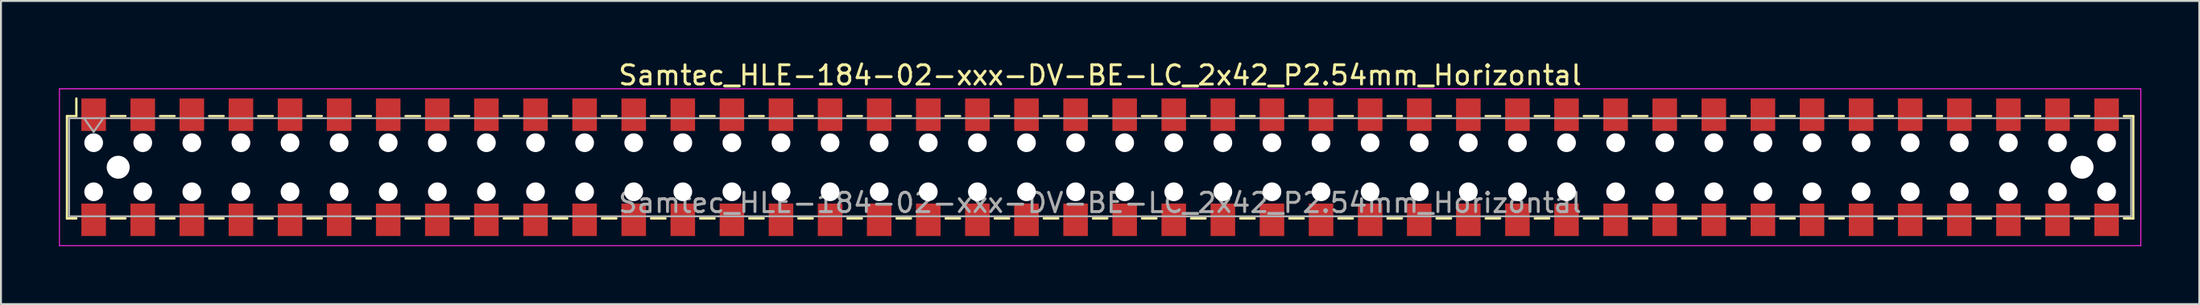
<source format=kicad_pcb>
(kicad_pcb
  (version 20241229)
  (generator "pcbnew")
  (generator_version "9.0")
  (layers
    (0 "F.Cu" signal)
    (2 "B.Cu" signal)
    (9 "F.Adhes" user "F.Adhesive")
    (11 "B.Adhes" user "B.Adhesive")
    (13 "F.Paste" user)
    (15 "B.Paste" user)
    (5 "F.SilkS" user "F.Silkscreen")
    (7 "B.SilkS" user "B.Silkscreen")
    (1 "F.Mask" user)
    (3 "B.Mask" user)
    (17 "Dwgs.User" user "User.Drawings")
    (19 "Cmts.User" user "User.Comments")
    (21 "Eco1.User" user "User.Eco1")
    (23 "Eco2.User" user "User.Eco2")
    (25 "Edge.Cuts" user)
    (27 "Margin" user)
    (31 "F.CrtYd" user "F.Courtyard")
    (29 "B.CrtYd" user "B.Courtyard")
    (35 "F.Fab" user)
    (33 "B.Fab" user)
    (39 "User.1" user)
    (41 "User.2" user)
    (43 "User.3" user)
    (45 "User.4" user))
  (footprint "Samtec_HLE-184-02-xxx-DV-BE-LC_2x42_P2.54mm_Horizontal"
    (layer "F.Cu")
    (at 53.865 5.608)
    (property "Reference" "Samtec_HLE-184-02-xxx-DV-BE-LC_2x42_P2.54mm_Horizontal" (at 0 -4.76 0) (layer "F.SilkS") (effects (font (size 1 1) (thickness 0.15))))
    (attr smd)
    (fp_line (start -53.45 -2.65) (end -53.45 2.65) (stroke (width 0.12) (type solid)) (layer "F.SilkS"))
    (fp_line (start -53.45 2.65) (end -52.965 2.65) (stroke (width 0.12) (type solid)) (layer "F.SilkS"))
    (fp_line (start -52.965 -3.56) (end -52.965 -2.65) (stroke (width 0.12) (type solid)) (layer "F.SilkS"))
    (fp_line (start -52.965 -2.65) (end -53.45 -2.65) (stroke (width 0.12) (type solid)) (layer "F.SilkS"))
    (fp_line (start -51.175 -2.65) (end -50.425 -2.65) (stroke (width 0.12) (type solid)) (layer "F.SilkS"))
    (fp_line (start -51.175 2.65) (end -50.425 2.65) (stroke (width 0.12) (type solid)) (layer "F.SilkS"))
    (fp_line (start -48.635 -2.65) (end -47.885 -2.65) (stroke (width 0.12) (type solid)) (layer "F.SilkS"))
    (fp_line (start -48.635 2.65) (end -47.885 2.65) (stroke (width 0.12) (type solid)) (layer "F.SilkS"))
    (fp_line (start -46.095 -2.65) (end -45.345 -2.65) (stroke (width 0.12) (type solid)) (layer "F.SilkS"))
    (fp_line (start -46.095 2.65) (end -45.345 2.65) (stroke (width 0.12) (type solid)) (layer "F.SilkS"))
    (fp_line (start -43.555 -2.65) (end -42.805 -2.65) (stroke (width 0.12) (type solid)) (layer "F.SilkS"))
    (fp_line (start -43.555 2.65) (end -42.805 2.65) (stroke (width 0.12) (type solid)) (layer "F.SilkS"))
    (fp_line (start -41.015 -2.65) (end -40.265 -2.65) (stroke (width 0.12) (type solid)) (layer "F.SilkS"))
    (fp_line (start -41.015 2.65) (end -40.265 2.65) (stroke (width 0.12) (type solid)) (layer "F.SilkS"))
    (fp_line (start -38.475 -2.65) (end -37.725 -2.65) (stroke (width 0.12) (type solid)) (layer "F.SilkS"))
    (fp_line (start -38.475 2.65) (end -37.725 2.65) (stroke (width 0.12) (type solid)) (layer "F.SilkS"))
    (fp_line (start -35.935 -2.65) (end -35.185 -2.65) (stroke (width 0.12) (type solid)) (layer "F.SilkS"))
    (fp_line (start -35.935 2.65) (end -35.185 2.65) (stroke (width 0.12) (type solid)) (layer "F.SilkS"))
    (fp_line (start -33.395 -2.65) (end -32.645 -2.65) (stroke (width 0.12) (type solid)) (layer "F.SilkS"))
    (fp_line (start -33.395 2.65) (end -32.645 2.65) (stroke (width 0.12) (type solid)) (layer "F.SilkS"))
    (fp_line (start -30.855 -2.65) (end -30.105 -2.65) (stroke (width 0.12) (type solid)) (layer "F.SilkS"))
    (fp_line (start -30.855 2.65) (end -30.105 2.65) (stroke (width 0.12) (type solid)) (layer "F.SilkS"))
    (fp_line (start -28.315 -2.65) (end -27.565 -2.65) (stroke (width 0.12) (type solid)) (layer "F.SilkS"))
    (fp_line (start -28.315 2.65) (end -27.565 2.65) (stroke (width 0.12) (type solid)) (layer "F.SilkS"))
    (fp_line (start -25.775 -2.65) (end -25.025 -2.65) (stroke (width 0.12) (type solid)) (layer "F.SilkS"))
    (fp_line (start -25.775 2.65) (end -25.025 2.65) (stroke (width 0.12) (type solid)) (layer "F.SilkS"))
    (fp_line (start -23.235 -2.65) (end -22.485 -2.65) (stroke (width 0.12) (type solid)) (layer "F.SilkS"))
    (fp_line (start -23.235 2.65) (end -22.485 2.65) (stroke (width 0.12) (type solid)) (layer "F.SilkS"))
    (fp_line (start -20.695 -2.65) (end -19.945 -2.65) (stroke (width 0.12) (type solid)) (layer "F.SilkS"))
    (fp_line (start -20.695 2.65) (end -19.945 2.65) (stroke (width 0.12) (type solid)) (layer "F.SilkS"))
    (fp_line (start -18.155 -2.65) (end -17.405 -2.65) (stroke (width 0.12) (type solid)) (layer "F.SilkS"))
    (fp_line (start -18.155 2.65) (end -17.405 2.65) (stroke (width 0.12) (type solid)) (layer "F.SilkS"))
    (fp_line (start -15.615 -2.65) (end -14.865 -2.65) (stroke (width 0.12) (type solid)) (layer "F.SilkS"))
    (fp_line (start -15.615 2.65) (end -14.865 2.65) (stroke (width 0.12) (type solid)) (layer "F.SilkS"))
    (fp_line (start -13.075 -2.65) (end -12.325 -2.65) (stroke (width 0.12) (type solid)) (layer "F.SilkS"))
    (fp_line (start -13.075 2.65) (end -12.325 2.65) (stroke (width 0.12) (type solid)) (layer "F.SilkS"))
    (fp_line (start -10.535 -2.65) (end -9.785 -2.65) (stroke (width 0.12) (type solid)) (layer "F.SilkS"))
    (fp_line (start -10.535 2.65) (end -9.785 2.65) (stroke (width 0.12) (type solid)) (layer "F.SilkS"))
    (fp_line (start -7.995 -2.65) (end -7.245 -2.65) (stroke (width 0.12) (type solid)) (layer "F.SilkS"))
    (fp_line (start -7.995 2.65) (end -7.245 2.65) (stroke (width 0.12) (type solid)) (layer "F.SilkS"))
    (fp_line (start -5.455 -2.65) (end -4.705 -2.65) (stroke (width 0.12) (type solid)) (layer "F.SilkS"))
    (fp_line (start -5.455 2.65) (end -4.705 2.65) (stroke (width 0.12) (type solid)) (layer "F.SilkS"))
    (fp_line (start -2.915 -2.65) (end -2.165 -2.65) (stroke (width 0.12) (type solid)) (layer "F.SilkS"))
    (fp_line (start -2.915 2.65) (end -2.165 2.65) (stroke (width 0.12) (type solid)) (layer "F.SilkS"))
    (fp_line (start -0.375 -2.65) (end 0.375 -2.65) (stroke (width 0.12) (type solid)) (layer "F.SilkS"))
    (fp_line (start -0.375 2.65) (end 0.375 2.65) (stroke (width 0.12) (type solid)) (layer "F.SilkS"))
    (fp_line (start 2.165 -2.65) (end 2.915 -2.65) (stroke (width 0.12) (type solid)) (layer "F.SilkS"))
    (fp_line (start 2.165 2.65) (end 2.915 2.65) (stroke (width 0.12) (type solid)) (layer "F.SilkS"))
    (fp_line (start 4.705 -2.65) (end 5.455 -2.65) (stroke (width 0.12) (type solid)) (layer "F.SilkS"))
    (fp_line (start 4.705 2.65) (end 5.455 2.65) (stroke (width 0.12) (type solid)) (layer "F.SilkS"))
    (fp_line (start 7.245 -2.65) (end 7.995 -2.65) (stroke (width 0.12) (type solid)) (layer "F.SilkS"))
    (fp_line (start 7.245 2.65) (end 7.995 2.65) (stroke (width 0.12) (type solid)) (layer "F.SilkS"))
    (fp_line (start 9.785 -2.65) (end 10.535 -2.65) (stroke (width 0.12) (type solid)) (layer "F.SilkS"))
    (fp_line (start 9.785 2.65) (end 10.535 2.65) (stroke (width 0.12) (type solid)) (layer "F.SilkS"))
    (fp_line (start 12.325 -2.65) (end 13.075 -2.65) (stroke (width 0.12) (type solid)) (layer "F.SilkS"))
    (fp_line (start 12.325 2.65) (end 13.075 2.65) (stroke (width 0.12) (type solid)) (layer "F.SilkS"))
    (fp_line (start 14.865 -2.65) (end 15.615 -2.65) (stroke (width 0.12) (type solid)) (layer "F.SilkS"))
    (fp_line (start 14.865 2.65) (end 15.615 2.65) (stroke (width 0.12) (type solid)) (layer "F.SilkS"))
    (fp_line (start 17.405 -2.65) (end 18.155 -2.65) (stroke (width 0.12) (type solid)) (layer "F.SilkS"))
    (fp_line (start 17.405 2.65) (end 18.155 2.65) (stroke (width 0.12) (type solid)) (layer "F.SilkS"))
    (fp_line (start 19.945 -2.65) (end 20.695 -2.65) (stroke (width 0.12) (type solid)) (layer "F.SilkS"))
    (fp_line (start 19.945 2.65) (end 20.695 2.65) (stroke (width 0.12) (type solid)) (layer "F.SilkS"))
    (fp_line (start 22.485 -2.65) (end 23.235 -2.65) (stroke (width 0.12) (type solid)) (layer "F.SilkS"))
    (fp_line (start 22.485 2.65) (end 23.235 2.65) (stroke (width 0.12) (type solid)) (layer "F.SilkS"))
    (fp_line (start 25.025 -2.65) (end 25.775 -2.65) (stroke (width 0.12) (type solid)) (layer "F.SilkS"))
    (fp_line (start 25.025 2.65) (end 25.775 2.65) (stroke (width 0.12) (type solid)) (layer "F.SilkS"))
    (fp_line (start 27.565 -2.65) (end 28.315 -2.65) (stroke (width 0.12) (type solid)) (layer "F.SilkS"))
    (fp_line (start 27.565 2.65) (end 28.315 2.65) (stroke (width 0.12) (type solid)) (layer "F.SilkS"))
    (fp_line (start 30.105 -2.65) (end 30.855 -2.65) (stroke (width 0.12) (type solid)) (layer "F.SilkS"))
    (fp_line (start 30.105 2.65) (end 30.855 2.65) (stroke (width 0.12) (type solid)) (layer "F.SilkS"))
    (fp_line (start 32.645 -2.65) (end 33.395 -2.65) (stroke (width 0.12) (type solid)) (layer "F.SilkS"))
    (fp_line (start 32.645 2.65) (end 33.395 2.65) (stroke (width 0.12) (type solid)) (layer "F.SilkS"))
    (fp_line (start 35.185 -2.65) (end 35.935 -2.65) (stroke (width 0.12) (type solid)) (layer "F.SilkS"))
    (fp_line (start 35.185 2.65) (end 35.935 2.65) (stroke (width 0.12) (type solid)) (layer "F.SilkS"))
    (fp_line (start 37.725 -2.65) (end 38.475 -2.65) (stroke (width 0.12) (type solid)) (layer "F.SilkS"))
    (fp_line (start 37.725 2.65) (end 38.475 2.65) (stroke (width 0.12) (type solid)) (layer "F.SilkS"))
    (fp_line (start 40.265 -2.65) (end 41.015 -2.65) (stroke (width 0.12) (type solid)) (layer "F.SilkS"))
    (fp_line (start 40.265 2.65) (end 41.015 2.65) (stroke (width 0.12) (type solid)) (layer "F.SilkS"))
    (fp_line (start 42.805 -2.65) (end 43.555 -2.65) (stroke (width 0.12) (type solid)) (layer "F.SilkS"))
    (fp_line (start 42.805 2.65) (end 43.555 2.65) (stroke (width 0.12) (type solid)) (layer "F.SilkS"))
    (fp_line (start 45.345 -2.65) (end 46.095 -2.65) (stroke (width 0.12) (type solid)) (layer "F.SilkS"))
    (fp_line (start 45.345 2.65) (end 46.095 2.65) (stroke (width 0.12) (type solid)) (layer "F.SilkS"))
    (fp_line (start 47.885 -2.65) (end 48.635 -2.65) (stroke (width 0.12) (type solid)) (layer "F.SilkS"))
    (fp_line (start 47.885 2.65) (end 48.635 2.65) (stroke (width 0.12) (type solid)) (layer "F.SilkS"))
    (fp_line (start 50.425 -2.65) (end 51.175 -2.65) (stroke (width 0.12) (type solid)) (layer "F.SilkS"))
    (fp_line (start 50.425 2.65) (end 51.175 2.65) (stroke (width 0.12) (type solid)) (layer "F.SilkS"))
    (fp_line (start 52.965 -2.65) (end 53.45 -2.65) (stroke (width 0.12) (type solid)) (layer "F.SilkS"))
    (fp_line (start 53.45 -2.65) (end 53.45 2.65) (stroke (width 0.12) (type solid)) (layer "F.SilkS"))
    (fp_line (start 53.45 2.65) (end 52.965 2.65) (stroke (width 0.12) (type solid)) (layer "F.SilkS"))
    (fp_line (start -53.84 -4.06) (end 53.84 -4.06) (stroke (width 0.05) (type solid)) (layer "F.CrtYd"))
    (fp_line (start -53.84 4.06) (end -53.84 -4.06) (stroke (width 0.05) (type solid)) (layer "F.CrtYd"))
    (fp_line (start 53.84 -4.06) (end 53.84 4.06) (stroke (width 0.05) (type solid)) (layer "F.CrtYd"))
    (fp_line (start 53.84 4.06) (end -53.84 4.06) (stroke (width 0.05) (type solid)) (layer "F.CrtYd"))
    (fp_line (start -53.34 -2.54) (end 53.34 -2.54) (stroke (width 0.1) (type solid)) (layer "F.Fab"))
    (fp_line (start -53.34 2.54) (end -53.34 -2.54) (stroke (width 0.1) (type solid)) (layer "F.Fab"))
    (fp_line (start -52.57 -2.54) (end -52.07 -1.833) (stroke (width 0.1) (type solid)) (layer "F.Fab"))
    (fp_line (start -52.07 -1.833) (end -51.57 -2.54) (stroke (width 0.1) (type solid)) (layer "F.Fab"))
    (fp_line (start 53.34 -2.54) (end 53.34 2.54) (stroke (width 0.1) (type solid)) (layer "F.Fab"))
    (fp_line (start 53.34 2.54) (end -53.34 2.54) (stroke (width 0.1) (type solid)) (layer "F.Fab"))
    (fp_text user "${REFERENCE}" (at 0 1.84 0) (layer "F.Fab") (effects (font (size 1 1) (thickness 0.15))))
    (pad "" np_thru_hole circle (at -52.07 -1.27) (size 0.97 0.97) (drill 0.97) (layers "*.Cu" "*.Mask"))
    (pad "" np_thru_hole circle (at -52.07 1.27) (size 0.97 0.97) (drill 0.97) (layers "*.Cu" "*.Mask"))
    (pad "" np_thru_hole circle (at -50.8 0) (size 1.19 1.19) (drill 1.19) (layers "*.Cu" "*.Mask"))
    (pad "" np_thru_hole circle (at -49.53 -1.27) (size 0.97 0.97) (drill 0.97) (layers "*.Cu" "*.Mask"))
    (pad "" np_thru_hole circle (at -49.53 1.27) (size 0.97 0.97) (drill 0.97) (layers "*.Cu" "*.Mask"))
    (pad "" np_thru_hole circle (at -46.99 -1.27) (size 0.97 0.97) (drill 0.97) (layers "*.Cu" "*.Mask"))
    (pad "" np_thru_hole circle (at -46.99 1.27) (size 0.97 0.97) (drill 0.97) (layers "*.Cu" "*.Mask"))
    (pad "" np_thru_hole circle (at -44.45 -1.27) (size 0.97 0.97) (drill 0.97) (layers "*.Cu" "*.Mask"))
    (pad "" np_thru_hole circle (at -44.45 1.27) (size 0.97 0.97) (drill 0.97) (layers "*.Cu" "*.Mask"))
    (pad "" np_thru_hole circle (at -41.91 -1.27) (size 0.97 0.97) (drill 0.97) (layers "*.Cu" "*.Mask"))
    (pad "" np_thru_hole circle (at -41.91 1.27) (size 0.97 0.97) (drill 0.97) (layers "*.Cu" "*.Mask"))
    (pad "" np_thru_hole circle (at -39.37 -1.27) (size 0.97 0.97) (drill 0.97) (layers "*.Cu" "*.Mask"))
    (pad "" np_thru_hole circle (at -39.37 1.27) (size 0.97 0.97) (drill 0.97) (layers "*.Cu" "*.Mask"))
    (pad "" np_thru_hole circle (at -36.83 -1.27) (size 0.97 0.97) (drill 0.97) (layers "*.Cu" "*.Mask"))
    (pad "" np_thru_hole circle (at -36.83 1.27) (size 0.97 0.97) (drill 0.97) (layers "*.Cu" "*.Mask"))
    (pad "" np_thru_hole circle (at -34.29 -1.27) (size 0.97 0.97) (drill 0.97) (layers "*.Cu" "*.Mask"))
    (pad "" np_thru_hole circle (at -34.29 1.27) (size 0.97 0.97) (drill 0.97) (layers "*.Cu" "*.Mask"))
    (pad "" np_thru_hole circle (at -31.75 -1.27) (size 0.97 0.97) (drill 0.97) (layers "*.Cu" "*.Mask"))
    (pad "" np_thru_hole circle (at -31.75 1.27) (size 0.97 0.97) (drill 0.97) (layers "*.Cu" "*.Mask"))
    (pad "" np_thru_hole circle (at -29.21 -1.27) (size 0.97 0.97) (drill 0.97) (layers "*.Cu" "*.Mask"))
    (pad "" np_thru_hole circle (at -29.21 1.27) (size 0.97 0.97) (drill 0.97) (layers "*.Cu" "*.Mask"))
    (pad "" np_thru_hole circle (at -26.67 -1.27) (size 0.97 0.97) (drill 0.97) (layers "*.Cu" "*.Mask"))
    (pad "" np_thru_hole circle (at -26.67 1.27) (size 0.97 0.97) (drill 0.97) (layers "*.Cu" "*.Mask"))
    (pad "" np_thru_hole circle (at -24.13 -1.27) (size 0.97 0.97) (drill 0.97) (layers "*.Cu" "*.Mask"))
    (pad "" np_thru_hole circle (at -24.13 1.27) (size 0.97 0.97) (drill 0.97) (layers "*.Cu" "*.Mask"))
    (pad "" np_thru_hole circle (at -21.59 -1.27) (size 0.97 0.97) (drill 0.97) (layers "*.Cu" "*.Mask"))
    (pad "" np_thru_hole circle (at -21.59 1.27) (size 0.97 0.97) (drill 0.97) (layers "*.Cu" "*.Mask"))
    (pad "" np_thru_hole circle (at -19.05 -1.27) (size 0.97 0.97) (drill 0.97) (layers "*.Cu" "*.Mask"))
    (pad "" np_thru_hole circle (at -19.05 1.27) (size 0.97 0.97) (drill 0.97) (layers "*.Cu" "*.Mask"))
    (pad "" np_thru_hole circle (at -16.51 -1.27) (size 0.97 0.97) (drill 0.97) (layers "*.Cu" "*.Mask"))
    (pad "" np_thru_hole circle (at -16.51 1.27) (size 0.97 0.97) (drill 0.97) (layers "*.Cu" "*.Mask"))
    (pad "" np_thru_hole circle (at -13.97 -1.27) (size 0.97 0.97) (drill 0.97) (layers "*.Cu" "*.Mask"))
    (pad "" np_thru_hole circle (at -13.97 1.27) (size 0.97 0.97) (drill 0.97) (layers "*.Cu" "*.Mask"))
    (pad "" np_thru_hole circle (at -11.43 -1.27) (size 0.97 0.97) (drill 0.97) (layers "*.Cu" "*.Mask"))
    (pad "" np_thru_hole circle (at -11.43 1.27) (size 0.97 0.97) (drill 0.97) (layers "*.Cu" "*.Mask"))
    (pad "" np_thru_hole circle (at -8.89 -1.27) (size 0.97 0.97) (drill 0.97) (layers "*.Cu" "*.Mask"))
    (pad "" np_thru_hole circle (at -8.89 1.27) (size 0.97 0.97) (drill 0.97) (layers "*.Cu" "*.Mask"))
    (pad "" np_thru_hole circle (at -6.35 -1.27) (size 0.97 0.97) (drill 0.97) (layers "*.Cu" "*.Mask"))
    (pad "" np_thru_hole circle (at -6.35 1.27) (size 0.97 0.97) (drill 0.97) (layers "*.Cu" "*.Mask"))
    (pad "" np_thru_hole circle (at -3.81 -1.27) (size 0.97 0.97) (drill 0.97) (layers "*.Cu" "*.Mask"))
    (pad "" np_thru_hole circle (at -3.81 1.27) (size 0.97 0.97) (drill 0.97) (layers "*.Cu" "*.Mask"))
    (pad "" np_thru_hole circle (at -1.27 -1.27) (size 0.97 0.97) (drill 0.97) (layers "*.Cu" "*.Mask"))
    (pad "" np_thru_hole circle (at -1.27 1.27) (size 0.97 0.97) (drill 0.97) (layers "*.Cu" "*.Mask"))
    (pad "" np_thru_hole circle (at 1.27 -1.27) (size 0.97 0.97) (drill 0.97) (layers "*.Cu" "*.Mask"))
    (pad "" np_thru_hole circle (at 1.27 1.27) (size 0.97 0.97) (drill 0.97) (layers "*.Cu" "*.Mask"))
    (pad "" np_thru_hole circle (at 3.81 -1.27) (size 0.97 0.97) (drill 0.97) (layers "*.Cu" "*.Mask"))
    (pad "" np_thru_hole circle (at 3.81 1.27) (size 0.97 0.97) (drill 0.97) (layers "*.Cu" "*.Mask"))
    (pad "" np_thru_hole circle (at 6.35 -1.27) (size 0.97 0.97) (drill 0.97) (layers "*.Cu" "*.Mask"))
    (pad "" np_thru_hole circle (at 6.35 1.27) (size 0.97 0.97) (drill 0.97) (layers "*.Cu" "*.Mask"))
    (pad "" np_thru_hole circle (at 8.89 -1.27) (size 0.97 0.97) (drill 0.97) (layers "*.Cu" "*.Mask"))
    (pad "" np_thru_hole circle (at 8.89 1.27) (size 0.97 0.97) (drill 0.97) (layers "*.Cu" "*.Mask"))
    (pad "" np_thru_hole circle (at 11.43 -1.27) (size 0.97 0.97) (drill 0.97) (layers "*.Cu" "*.Mask"))
    (pad "" np_thru_hole circle (at 11.43 1.27) (size 0.97 0.97) (drill 0.97) (layers "*.Cu" "*.Mask"))
    (pad "" np_thru_hole circle (at 13.97 -1.27) (size 0.97 0.97) (drill 0.97) (layers "*.Cu" "*.Mask"))
    (pad "" np_thru_hole circle (at 13.97 1.27) (size 0.97 0.97) (drill 0.97) (layers "*.Cu" "*.Mask"))
    (pad "" np_thru_hole circle (at 16.51 -1.27) (size 0.97 0.97) (drill 0.97) (layers "*.Cu" "*.Mask"))
    (pad "" np_thru_hole circle (at 16.51 1.27) (size 0.97 0.97) (drill 0.97) (layers "*.Cu" "*.Mask"))
    (pad "" np_thru_hole circle (at 19.05 -1.27) (size 0.97 0.97) (drill 0.97) (layers "*.Cu" "*.Mask"))
    (pad "" np_thru_hole circle (at 19.05 1.27) (size 0.97 0.97) (drill 0.97) (layers "*.Cu" "*.Mask"))
    (pad "" np_thru_hole circle (at 21.59 -1.27) (size 0.97 0.97) (drill 0.97) (layers "*.Cu" "*.Mask"))
    (pad "" np_thru_hole circle (at 21.59 1.27) (size 0.97 0.97) (drill 0.97) (layers "*.Cu" "*.Mask"))
    (pad "" np_thru_hole circle (at 24.13 -1.27) (size 0.97 0.97) (drill 0.97) (layers "*.Cu" "*.Mask"))
    (pad "" np_thru_hole circle (at 24.13 1.27) (size 0.97 0.97) (drill 0.97) (layers "*.Cu" "*.Mask"))
    (pad "" np_thru_hole circle (at 26.67 -1.27) (size 0.97 0.97) (drill 0.97) (layers "*.Cu" "*.Mask"))
    (pad "" np_thru_hole circle (at 26.67 1.27) (size 0.97 0.97) (drill 0.97) (layers "*.Cu" "*.Mask"))
    (pad "" np_thru_hole circle (at 29.21 -1.27) (size 0.97 0.97) (drill 0.97) (layers "*.Cu" "*.Mask"))
    (pad "" np_thru_hole circle (at 29.21 1.27) (size 0.97 0.97) (drill 0.97) (layers "*.Cu" "*.Mask"))
    (pad "" np_thru_hole circle (at 31.75 -1.27) (size 0.97 0.97) (drill 0.97) (layers "*.Cu" "*.Mask"))
    (pad "" np_thru_hole circle (at 31.75 1.27) (size 0.97 0.97) (drill 0.97) (layers "*.Cu" "*.Mask"))
    (pad "" np_thru_hole circle (at 34.29 -1.27) (size 0.97 0.97) (drill 0.97) (layers "*.Cu" "*.Mask"))
    (pad "" np_thru_hole circle (at 34.29 1.27) (size 0.97 0.97) (drill 0.97) (layers "*.Cu" "*.Mask"))
    (pad "" np_thru_hole circle (at 36.83 -1.27) (size 0.97 0.97) (drill 0.97) (layers "*.Cu" "*.Mask"))
    (pad "" np_thru_hole circle (at 36.83 1.27) (size 0.97 0.97) (drill 0.97) (layers "*.Cu" "*.Mask"))
    (pad "" np_thru_hole circle (at 39.37 -1.27) (size 0.97 0.97) (drill 0.97) (layers "*.Cu" "*.Mask"))
    (pad "" np_thru_hole circle (at 39.37 1.27) (size 0.97 0.97) (drill 0.97) (layers "*.Cu" "*.Mask"))
    (pad "" np_thru_hole circle (at 41.91 -1.27) (size 0.97 0.97) (drill 0.97) (layers "*.Cu" "*.Mask"))
    (pad "" np_thru_hole circle (at 41.91 1.27) (size 0.97 0.97) (drill 0.97) (layers "*.Cu" "*.Mask"))
    (pad "" np_thru_hole circle (at 44.45 -1.27) (size 0.97 0.97) (drill 0.97) (layers "*.Cu" "*.Mask"))
    (pad "" np_thru_hole circle (at 44.45 1.27) (size 0.97 0.97) (drill 0.97) (layers "*.Cu" "*.Mask"))
    (pad "" np_thru_hole circle (at 46.99 -1.27) (size 0.97 0.97) (drill 0.97) (layers "*.Cu" "*.Mask"))
    (pad "" np_thru_hole circle (at 46.99 1.27) (size 0.97 0.97) (drill 0.97) (layers "*.Cu" "*.Mask"))
    (pad "" np_thru_hole circle (at 49.53 -1.27) (size 0.97 0.97) (drill 0.97) (layers "*.Cu" "*.Mask"))
    (pad "" np_thru_hole circle (at 49.53 1.27) (size 0.97 0.97) (drill 0.97) (layers "*.Cu" "*.Mask"))
    (pad "" np_thru_hole circle (at 50.8 0) (size 1.19 1.19) (drill 1.19) (layers "*.Cu" "*.Mask"))
    (pad "" np_thru_hole circle (at 52.07 -1.27) (size 0.97 0.97) (drill 0.97) (layers "*.Cu" "*.Mask"))
    (pad "" np_thru_hole circle (at 52.07 1.27) (size 0.97 0.97) (drill 0.97) (layers "*.Cu" "*.Mask"))
    (pad "1" smd rect (at -52.07 -2.72) (size 1.27 1.68) (layers "F.Cu" "F.Mask" "F.Paste"))
    (pad "2" smd rect (at -52.07 2.72) (size 1.27 1.68) (layers "F.Cu" "F.Mask" "F.Paste"))
    (pad "3" smd rect (at -49.53 -2.72) (size 1.27 1.68) (layers "F.Cu" "F.Mask" "F.Paste"))
    (pad "4" smd rect (at -49.53 2.72) (size 1.27 1.68) (layers "F.Cu" "F.Mask" "F.Paste"))
    (pad "5" smd rect (at -46.99 -2.72) (size 1.27 1.68) (layers "F.Cu" "F.Mask" "F.Paste"))
    (pad "6" smd rect (at -46.99 2.72) (size 1.27 1.68) (layers "F.Cu" "F.Mask" "F.Paste"))
    (pad "7" smd rect (at -44.45 -2.72) (size 1.27 1.68) (layers "F.Cu" "F.Mask" "F.Paste"))
    (pad "8" smd rect (at -44.45 2.72) (size 1.27 1.68) (layers "F.Cu" "F.Mask" "F.Paste"))
    (pad "9" smd rect (at -41.91 -2.72) (size 1.27 1.68) (layers "F.Cu" "F.Mask" "F.Paste"))
    (pad "10" smd rect (at -41.91 2.72) (size 1.27 1.68) (layers "F.Cu" "F.Mask" "F.Paste"))
    (pad "11" smd rect (at -39.37 -2.72) (size 1.27 1.68) (layers "F.Cu" "F.Mask" "F.Paste"))
    (pad "12" smd rect (at -39.37 2.72) (size 1.27 1.68) (layers "F.Cu" "F.Mask" "F.Paste"))
    (pad "13" smd rect (at -36.83 -2.72) (size 1.27 1.68) (layers "F.Cu" "F.Mask" "F.Paste"))
    (pad "14" smd rect (at -36.83 2.72) (size 1.27 1.68) (layers "F.Cu" "F.Mask" "F.Paste"))
    (pad "15" smd rect (at -34.29 -2.72) (size 1.27 1.68) (layers "F.Cu" "F.Mask" "F.Paste"))
    (pad "16" smd rect (at -34.29 2.72) (size 1.27 1.68) (layers "F.Cu" "F.Mask" "F.Paste"))
    (pad "17" smd rect (at -31.75 -2.72) (size 1.27 1.68) (layers "F.Cu" "F.Mask" "F.Paste"))
    (pad "18" smd rect (at -31.75 2.72) (size 1.27 1.68) (layers "F.Cu" "F.Mask" "F.Paste"))
    (pad "19" smd rect (at -29.21 -2.72) (size 1.27 1.68) (layers "F.Cu" "F.Mask" "F.Paste"))
    (pad "20" smd rect (at -29.21 2.72) (size 1.27 1.68) (layers "F.Cu" "F.Mask" "F.Paste"))
    (pad "21" smd rect (at -26.67 -2.72) (size 1.27 1.68) (layers "F.Cu" "F.Mask" "F.Paste"))
    (pad "22" smd rect (at -26.67 2.72) (size 1.27 1.68) (layers "F.Cu" "F.Mask" "F.Paste"))
    (pad "23" smd rect (at -24.13 -2.72) (size 1.27 1.68) (layers "F.Cu" "F.Mask" "F.Paste"))
    (pad "24" smd rect (at -24.13 2.72) (size 1.27 1.68) (layers "F.Cu" "F.Mask" "F.Paste"))
    (pad "25" smd rect (at -21.59 -2.72) (size 1.27 1.68) (layers "F.Cu" "F.Mask" "F.Paste"))
    (pad "26" smd rect (at -21.59 2.72) (size 1.27 1.68) (layers "F.Cu" "F.Mask" "F.Paste"))
    (pad "27" smd rect (at -19.05 -2.72) (size 1.27 1.68) (layers "F.Cu" "F.Mask" "F.Paste"))
    (pad "28" smd rect (at -19.05 2.72) (size 1.27 1.68) (layers "F.Cu" "F.Mask" "F.Paste"))
    (pad "29" smd rect (at -16.51 -2.72) (size 1.27 1.68) (layers "F.Cu" "F.Mask" "F.Paste"))
    (pad "30" smd rect (at -16.51 2.72) (size 1.27 1.68) (layers "F.Cu" "F.Mask" "F.Paste"))
    (pad "31" smd rect (at -13.97 -2.72) (size 1.27 1.68) (layers "F.Cu" "F.Mask" "F.Paste"))
    (pad "32" smd rect (at -13.97 2.72) (size 1.27 1.68) (layers "F.Cu" "F.Mask" "F.Paste"))
    (pad "33" smd rect (at -11.43 -2.72) (size 1.27 1.68) (layers "F.Cu" "F.Mask" "F.Paste"))
    (pad "34" smd rect (at -11.43 2.72) (size 1.27 1.68) (layers "F.Cu" "F.Mask" "F.Paste"))
    (pad "35" smd rect (at -8.89 -2.72) (size 1.27 1.68) (layers "F.Cu" "F.Mask" "F.Paste"))
    (pad "36" smd rect (at -8.89 2.72) (size 1.27 1.68) (layers "F.Cu" "F.Mask" "F.Paste"))
    (pad "37" smd rect (at -6.35 -2.72) (size 1.27 1.68) (layers "F.Cu" "F.Mask" "F.Paste"))
    (pad "38" smd rect (at -6.35 2.72) (size 1.27 1.68) (layers "F.Cu" "F.Mask" "F.Paste"))
    (pad "39" smd rect (at -3.81 -2.72) (size 1.27 1.68) (layers "F.Cu" "F.Mask" "F.Paste"))
    (pad "40" smd rect (at -3.81 2.72) (size 1.27 1.68) (layers "F.Cu" "F.Mask" "F.Paste"))
    (pad "41" smd rect (at -1.27 -2.72) (size 1.27 1.68) (layers "F.Cu" "F.Mask" "F.Paste"))
    (pad "42" smd rect (at -1.27 2.72) (size 1.27 1.68) (layers "F.Cu" "F.Mask" "F.Paste"))
    (pad "43" smd rect (at 1.27 -2.72) (size 1.27 1.68) (layers "F.Cu" "F.Mask" "F.Paste"))
    (pad "44" smd rect (at 1.27 2.72) (size 1.27 1.68) (layers "F.Cu" "F.Mask" "F.Paste"))
    (pad "45" smd rect (at 3.81 -2.72) (size 1.27 1.68) (layers "F.Cu" "F.Mask" "F.Paste"))
    (pad "46" smd rect (at 3.81 2.72) (size 1.27 1.68) (layers "F.Cu" "F.Mask" "F.Paste"))
    (pad "47" smd rect (at 6.35 -2.72) (size 1.27 1.68) (layers "F.Cu" "F.Mask" "F.Paste"))
    (pad "48" smd rect (at 6.35 2.72) (size 1.27 1.68) (layers "F.Cu" "F.Mask" "F.Paste"))
    (pad "49" smd rect (at 8.89 -2.72) (size 1.27 1.68) (layers "F.Cu" "F.Mask" "F.Paste"))
    (pad "50" smd rect (at 8.89 2.72) (size 1.27 1.68) (layers "F.Cu" "F.Mask" "F.Paste"))
    (pad "51" smd rect (at 11.43 -2.72) (size 1.27 1.68) (layers "F.Cu" "F.Mask" "F.Paste"))
    (pad "52" smd rect (at 11.43 2.72) (size 1.27 1.68) (layers "F.Cu" "F.Mask" "F.Paste"))
    (pad "53" smd rect (at 13.97 -2.72) (size 1.27 1.68) (layers "F.Cu" "F.Mask" "F.Paste"))
    (pad "54" smd rect (at 13.97 2.72) (size 1.27 1.68) (layers "F.Cu" "F.Mask" "F.Paste"))
    (pad "55" smd rect (at 16.51 -2.72) (size 1.27 1.68) (layers "F.Cu" "F.Mask" "F.Paste"))
    (pad "56" smd rect (at 16.51 2.72) (size 1.27 1.68) (layers "F.Cu" "F.Mask" "F.Paste"))
    (pad "57" smd rect (at 19.05 -2.72) (size 1.27 1.68) (layers "F.Cu" "F.Mask" "F.Paste"))
    (pad "58" smd rect (at 19.05 2.72) (size 1.27 1.68) (layers "F.Cu" "F.Mask" "F.Paste"))
    (pad "59" smd rect (at 21.59 -2.72) (size 1.27 1.68) (layers "F.Cu" "F.Mask" "F.Paste"))
    (pad "60" smd rect (at 21.59 2.72) (size 1.27 1.68) (layers "F.Cu" "F.Mask" "F.Paste"))
    (pad "61" smd rect (at 24.13 -2.72) (size 1.27 1.68) (layers "F.Cu" "F.Mask" "F.Paste"))
    (pad "62" smd rect (at 24.13 2.72) (size 1.27 1.68) (layers "F.Cu" "F.Mask" "F.Paste"))
    (pad "63" smd rect (at 26.67 -2.72) (size 1.27 1.68) (layers "F.Cu" "F.Mask" "F.Paste"))
    (pad "64" smd rect (at 26.67 2.72) (size 1.27 1.68) (layers "F.Cu" "F.Mask" "F.Paste"))
    (pad "65" smd rect (at 29.21 -2.72) (size 1.27 1.68) (layers "F.Cu" "F.Mask" "F.Paste"))
    (pad "66" smd rect (at 29.21 2.72) (size 1.27 1.68) (layers "F.Cu" "F.Mask" "F.Paste"))
    (pad "67" smd rect (at 31.75 -2.72) (size 1.27 1.68) (layers "F.Cu" "F.Mask" "F.Paste"))
    (pad "68" smd rect (at 31.75 2.72) (size 1.27 1.68) (layers "F.Cu" "F.Mask" "F.Paste"))
    (pad "69" smd rect (at 34.29 -2.72) (size 1.27 1.68) (layers "F.Cu" "F.Mask" "F.Paste"))
    (pad "70" smd rect (at 34.29 2.72) (size 1.27 1.68) (layers "F.Cu" "F.Mask" "F.Paste"))
    (pad "71" smd rect (at 36.83 -2.72) (size 1.27 1.68) (layers "F.Cu" "F.Mask" "F.Paste"))
    (pad "72" smd rect (at 36.83 2.72) (size 1.27 1.68) (layers "F.Cu" "F.Mask" "F.Paste"))
    (pad "73" smd rect (at 39.37 -2.72) (size 1.27 1.68) (layers "F.Cu" "F.Mask" "F.Paste"))
    (pad "74" smd rect (at 39.37 2.72) (size 1.27 1.68) (layers "F.Cu" "F.Mask" "F.Paste"))
    (pad "75" smd rect (at 41.91 -2.72) (size 1.27 1.68) (layers "F.Cu" "F.Mask" "F.Paste"))
    (pad "76" smd rect (at 41.91 2.72) (size 1.27 1.68) (layers "F.Cu" "F.Mask" "F.Paste"))
    (pad "77" smd rect (at 44.45 -2.72) (size 1.27 1.68) (layers "F.Cu" "F.Mask" "F.Paste"))
    (pad "78" smd rect (at 44.45 2.72) (size 1.27 1.68) (layers "F.Cu" "F.Mask" "F.Paste"))
    (pad "79" smd rect (at 46.99 -2.72) (size 1.27 1.68) (layers "F.Cu" "F.Mask" "F.Paste"))
    (pad "80" smd rect (at 46.99 2.72) (size 1.27 1.68) (layers "F.Cu" "F.Mask" "F.Paste"))
    (pad "81" smd rect (at 49.53 -2.72) (size 1.27 1.68) (layers "F.Cu" "F.Mask" "F.Paste"))
    (pad "82" smd rect (at 49.53 2.72) (size 1.27 1.68) (layers "F.Cu" "F.Mask" "F.Paste"))
    (pad "83" smd rect (at 52.07 -2.72) (size 1.27 1.68) (layers "F.Cu" "F.Mask" "F.Paste"))
    (pad "84" smd rect (at 52.07 2.72) (size 1.27 1.68) (layers "F.Cu" "F.Mask" "F.Paste")))
  (gr_rect
    (start -3 -3)
    (end 110.73 12.693)
    (stroke (width 0.1) (type default))
    (fill no)
    (layer "Edge.Cuts")))
</source>
